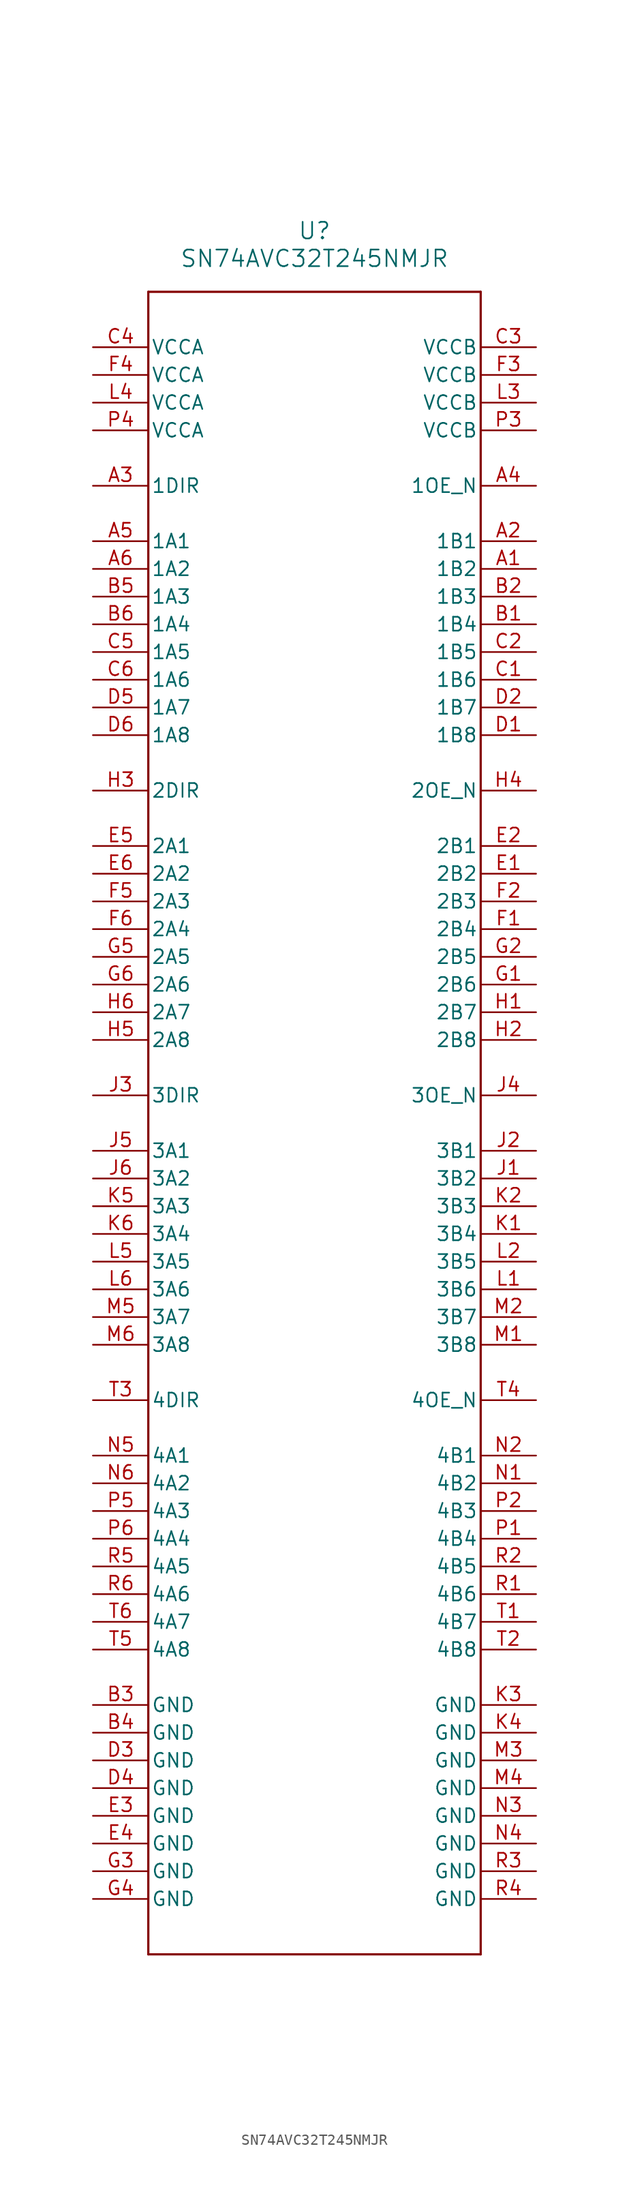
<source format=kicad_sym>
(kicad_symbol_lib
  (version 20241209)
  (generator "kicad_symbol_editor")
  (generator_version "9.0")
  (symbol "SN74AVC32T245NMJR"
    (pin_names
      (offset 0.254))
    (property "Reference" "U"
      (at 0 81.788 0)
      (effects (font (size 1.524 1.524))))
    (property "Value" "SN74AVC32T245NMJR"
      (at 0 79.248 0)
      (effects (font (size 1.524 1.524))))
    (property "ki_locked" ""
      (at 0 0 0)
      (effects (font (size 1.27 1.27))))
    (symbol "SN74AVC32T245NMJR_0_1"
      (polyline (pts (xy -15.24 76.2) (xy -15.24 -76.2)) (stroke (width 0.203) (type default)) (fill (type none)))
      (polyline (pts (xy -15.24 -76.2) (xy 15.24 -76.2)) (stroke (width 0.203) (type default)) (fill (type none)))
      (polyline (pts (xy 15.24 76.2) (xy -15.24 76.2)) (stroke (width 0.203) (type default)) (fill (type none)))
      (polyline (pts (xy 15.24 -76.2) (xy 15.24 76.2)) (stroke (width 0.203) (type default)) (fill (type none)))
      (pin power_in line (at -20.32 71.12 0) (length 5.08) (name "VCCA" (effects (font (size 1.27 1.27)))) (number "C4" (effects (font (size 1.27 1.27)))))
      (pin power_in line (at -20.32 68.58 0) (length 5.08) (name "VCCA" (effects (font (size 1.27 1.27)))) (number "F4" (effects (font (size 1.27 1.27)))))
      (pin power_in line (at -20.32 66.04 0) (length 5.08) (name "VCCA" (effects (font (size 1.27 1.27)))) (number "L4" (effects (font (size 1.27 1.27)))))
      (pin power_in line (at -20.32 63.5 0) (length 5.08) (name "VCCA" (effects (font (size 1.27 1.27)))) (number "P4" (effects (font (size 1.27 1.27)))))
      (pin input line (at -20.32 58.42 0) (length 5.08) (name "1DIR" (effects (font (size 1.27 1.27)))) (number "A3" (effects (font (size 1.27 1.27)))))
      (pin bidirectional line (at -20.32 53.34 0) (length 5.08) (name "1A1" (effects (font (size 1.27 1.27)))) (number "A5" (effects (font (size 1.27 1.27)))))
      (pin bidirectional line (at -20.32 50.8 0) (length 5.08) (name "1A2" (effects (font (size 1.27 1.27)))) (number "A6" (effects (font (size 1.27 1.27)))))
      (pin bidirectional line (at -20.32 48.26 0) (length 5.08) (name "1A3" (effects (font (size 1.27 1.27)))) (number "B5" (effects (font (size 1.27 1.27)))))
      (pin bidirectional line (at -20.32 45.72 0) (length 5.08) (name "1A4" (effects (font (size 1.27 1.27)))) (number "B6" (effects (font (size 1.27 1.27)))))
      (pin bidirectional line (at -20.32 43.18 0) (length 5.08) (name "1A5" (effects (font (size 1.27 1.27)))) (number "C5" (effects (font (size 1.27 1.27)))))
      (pin bidirectional line (at -20.32 40.64 0) (length 5.08) (name "1A6" (effects (font (size 1.27 1.27)))) (number "C6" (effects (font (size 1.27 1.27)))))
      (pin bidirectional line (at -20.32 38.1 0) (length 5.08) (name "1A7" (effects (font (size 1.27 1.27)))) (number "D5" (effects (font (size 1.27 1.27)))))
      (pin bidirectional line (at -20.32 35.56 0) (length 5.08) (name "1A8" (effects (font (size 1.27 1.27)))) (number "D6" (effects (font (size 1.27 1.27)))))
      (pin input line (at -20.32 30.48 0) (length 5.08) (name "2DIR" (effects (font (size 1.27 1.27)))) (number "H3" (effects (font (size 1.27 1.27)))))
      (pin bidirectional line (at -20.32 25.4 0) (length 5.08) (name "2A1" (effects (font (size 1.27 1.27)))) (number "E5" (effects (font (size 1.27 1.27)))))
      (pin bidirectional line (at -20.32 22.86 0) (length 5.08) (name "2A2" (effects (font (size 1.27 1.27)))) (number "E6" (effects (font (size 1.27 1.27)))))
      (pin bidirectional line (at -20.32 20.32 0) (length 5.08) (name "2A3" (effects (font (size 1.27 1.27)))) (number "F5" (effects (font (size 1.27 1.27)))))
      (pin bidirectional line (at -20.32 17.78 0) (length 5.08) (name "2A4" (effects (font (size 1.27 1.27)))) (number "F6" (effects (font (size 1.27 1.27)))))
      (pin bidirectional line (at -20.32 15.24 0) (length 5.08) (name "2A5" (effects (font (size 1.27 1.27)))) (number "G5" (effects (font (size 1.27 1.27)))))
      (pin bidirectional line (at -20.32 12.7 0) (length 5.08) (name "2A6" (effects (font (size 1.27 1.27)))) (number "G6" (effects (font (size 1.27 1.27)))))
      (pin bidirectional line (at -20.32 10.16 0) (length 5.08) (name "2A7" (effects (font (size 1.27 1.27)))) (number "H6" (effects (font (size 1.27 1.27)))))
      (pin bidirectional line (at -20.32 7.62 0) (length 5.08) (name "2A8" (effects (font (size 1.27 1.27)))) (number "H5" (effects (font (size 1.27 1.27)))))
      (pin input line (at -20.32 2.54 0) (length 5.08) (name "3DIR" (effects (font (size 1.27 1.27)))) (number "J3" (effects (font (size 1.27 1.27)))))
      (pin bidirectional line (at -20.32 -2.54 0) (length 5.08) (name "3A1" (effects (font (size 1.27 1.27)))) (number "J5" (effects (font (size 1.27 1.27)))))
      (pin bidirectional line (at -20.32 -5.08 0) (length 5.08) (name "3A2" (effects (font (size 1.27 1.27)))) (number "J6" (effects (font (size 1.27 1.27)))))
      (pin bidirectional line (at -20.32 -7.62 0) (length 5.08) (name "3A3" (effects (font (size 1.27 1.27)))) (number "K5" (effects (font (size 1.27 1.27)))))
      (pin bidirectional line (at -20.32 -10.16 0) (length 5.08) (name "3A4" (effects (font (size 1.27 1.27)))) (number "K6" (effects (font (size 1.27 1.27)))))
      (pin bidirectional line (at -20.32 -12.7 0) (length 5.08) (name "3A5" (effects (font (size 1.27 1.27)))) (number "L5" (effects (font (size 1.27 1.27)))))
      (pin bidirectional line (at -20.32 -15.24 0) (length 5.08) (name "3A6" (effects (font (size 1.27 1.27)))) (number "L6" (effects (font (size 1.27 1.27)))))
      (pin bidirectional line (at -20.32 -17.78 0) (length 5.08) (name "3A7" (effects (font (size 1.27 1.27)))) (number "M5" (effects (font (size 1.27 1.27)))))
      (pin bidirectional line (at -20.32 -20.32 0) (length 5.08) (name "3A8" (effects (font (size 1.27 1.27)))) (number "M6" (effects (font (size 1.27 1.27)))))
      (pin input line (at -20.32 -25.4 0) (length 5.08) (name "4DIR" (effects (font (size 1.27 1.27)))) (number "T3" (effects (font (size 1.27 1.27)))))
      (pin bidirectional line (at -20.32 -30.48 0) (length 5.08) (name "4A1" (effects (font (size 1.27 1.27)))) (number "N5" (effects (font (size 1.27 1.27)))))
      (pin bidirectional line (at -20.32 -33.02 0) (length 5.08) (name "4A2" (effects (font (size 1.27 1.27)))) (number "N6" (effects (font (size 1.27 1.27)))))
      (pin bidirectional line (at -20.32 -35.56 0) (length 5.08) (name "4A3" (effects (font (size 1.27 1.27)))) (number "P5" (effects (font (size 1.27 1.27)))))
      (pin bidirectional line (at -20.32 -38.1 0) (length 5.08) (name "4A4" (effects (font (size 1.27 1.27)))) (number "P6" (effects (font (size 1.27 1.27)))))
      (pin bidirectional line (at -20.32 -40.64 0) (length 5.08) (name "4A5" (effects (font (size 1.27 1.27)))) (number "R5" (effects (font (size 1.27 1.27)))))
      (pin bidirectional line (at -20.32 -43.18 0) (length 5.08) (name "4A6" (effects (font (size 1.27 1.27)))) (number "R6" (effects (font (size 1.27 1.27)))))
      (pin bidirectional line (at -20.32 -45.72 0) (length 5.08) (name "4A7" (effects (font (size 1.27 1.27)))) (number "T6" (effects (font (size 1.27 1.27)))))
      (pin bidirectional line (at -20.32 -48.26 0) (length 5.08) (name "4A8" (effects (font (size 1.27 1.27)))) (number "T5" (effects (font (size 1.27 1.27)))))
      (pin power_in line (at -20.32 -53.34 0) (length 5.08) (name "GND" (effects (font (size 1.27 1.27)))) (number "B3" (effects (font (size 1.27 1.27)))))
      (pin power_in line (at -20.32 -55.88 0) (length 5.08) (name "GND" (effects (font (size 1.27 1.27)))) (number "B4" (effects (font (size 1.27 1.27)))))
      (pin power_in line (at -20.32 -58.42 0) (length 5.08) (name "GND" (effects (font (size 1.27 1.27)))) (number "D3" (effects (font (size 1.27 1.27)))))
      (pin power_in line (at -20.32 -60.96 0) (length 5.08) (name "GND" (effects (font (size 1.27 1.27)))) (number "D4" (effects (font (size 1.27 1.27)))))
      (pin power_in line (at -20.32 -63.5 0) (length 5.08) (name "GND" (effects (font (size 1.27 1.27)))) (number "E3" (effects (font (size 1.27 1.27)))))
      (pin power_in line (at -20.32 -66.04 0) (length 5.08) (name "GND" (effects (font (size 1.27 1.27)))) (number "E4" (effects (font (size 1.27 1.27)))))
      (pin power_in line (at -20.32 -68.58 0) (length 5.08) (name "GND" (effects (font (size 1.27 1.27)))) (number "G3" (effects (font (size 1.27 1.27)))))
      (pin power_in line (at -20.32 -71.12 0) (length 5.08) (name "GND" (effects (font (size 1.27 1.27)))) (number "G4" (effects (font (size 1.27 1.27)))))
      (pin power_in line (at 20.32 71.12 180) (length 5.08) (name "VCCB" (effects (font (size 1.27 1.27)))) (number "C3" (effects (font (size 1.27 1.27)))))
      (pin power_in line (at 20.32 68.58 180) (length 5.08) (name "VCCB" (effects (font (size 1.27 1.27)))) (number "F3" (effects (font (size 1.27 1.27)))))
      (pin power_in line (at 20.32 66.04 180) (length 5.08) (name "VCCB" (effects (font (size 1.27 1.27)))) (number "L3" (effects (font (size 1.27 1.27)))))
      (pin power_in line (at 20.32 63.5 180) (length 5.08) (name "VCCB" (effects (font (size 1.27 1.27)))) (number "P3" (effects (font (size 1.27 1.27)))))
      (pin input line (at 20.32 58.42 180) (length 5.08) (name "1OE_N" (effects (font (size 1.27 1.27)))) (number "A4" (effects (font (size 1.27 1.27)))))
      (pin bidirectional line (at 20.32 53.34 180) (length 5.08) (name "1B1" (effects (font (size 1.27 1.27)))) (number "A2" (effects (font (size 1.27 1.27)))))
      (pin bidirectional line (at 20.32 50.8 180) (length 5.08) (name "1B2" (effects (font (size 1.27 1.27)))) (number "A1" (effects (font (size 1.27 1.27)))))
      (pin bidirectional line (at 20.32 48.26 180) (length 5.08) (name "1B3" (effects (font (size 1.27 1.27)))) (number "B2" (effects (font (size 1.27 1.27)))))
      (pin bidirectional line (at 20.32 45.72 180) (length 5.08) (name "1B4" (effects (font (size 1.27 1.27)))) (number "B1" (effects (font (size 1.27 1.27)))))
      (pin bidirectional line (at 20.32 43.18 180) (length 5.08) (name "1B5" (effects (font (size 1.27 1.27)))) (number "C2" (effects (font (size 1.27 1.27)))))
      (pin bidirectional line (at 20.32 40.64 180) (length 5.08) (name "1B6" (effects (font (size 1.27 1.27)))) (number "C1" (effects (font (size 1.27 1.27)))))
      (pin bidirectional line (at 20.32 38.1 180) (length 5.08) (name "1B7" (effects (font (size 1.27 1.27)))) (number "D2" (effects (font (size 1.27 1.27)))))
      (pin bidirectional line (at 20.32 35.56 180) (length 5.08) (name "1B8" (effects (font (size 1.27 1.27)))) (number "D1" (effects (font (size 1.27 1.27)))))
      (pin input line (at 20.32 30.48 180) (length 5.08) (name "2OE_N" (effects (font (size 1.27 1.27)))) (number "H4" (effects (font (size 1.27 1.27)))))
      (pin bidirectional line (at 20.32 25.4 180) (length 5.08) (name "2B1" (effects (font (size 1.27 1.27)))) (number "E2" (effects (font (size 1.27 1.27)))))
      (pin bidirectional line (at 20.32 22.86 180) (length 5.08) (name "2B2" (effects (font (size 1.27 1.27)))) (number "E1" (effects (font (size 1.27 1.27)))))
      (pin bidirectional line (at 20.32 20.32 180) (length 5.08) (name "2B3" (effects (font (size 1.27 1.27)))) (number "F2" (effects (font (size 1.27 1.27)))))
      (pin bidirectional line (at 20.32 17.78 180) (length 5.08) (name "2B4" (effects (font (size 1.27 1.27)))) (number "F1" (effects (font (size 1.27 1.27)))))
      (pin bidirectional line (at 20.32 15.24 180) (length 5.08) (name "2B5" (effects (font (size 1.27 1.27)))) (number "G2" (effects (font (size 1.27 1.27)))))
      (pin bidirectional line (at 20.32 12.7 180) (length 5.08) (name "2B6" (effects (font (size 1.27 1.27)))) (number "G1" (effects (font (size 1.27 1.27)))))
      (pin bidirectional line (at 20.32 10.16 180) (length 5.08) (name "2B7" (effects (font (size 1.27 1.27)))) (number "H1" (effects (font (size 1.27 1.27)))))
      (pin bidirectional line (at 20.32 7.62 180) (length 5.08) (name "2B8" (effects (font (size 1.27 1.27)))) (number "H2" (effects (font (size 1.27 1.27)))))
      (pin input line (at 20.32 2.54 180) (length 5.08) (name "3OE_N" (effects (font (size 1.27 1.27)))) (number "J4" (effects (font (size 1.27 1.27)))))
      (pin bidirectional line (at 20.32 -2.54 180) (length 5.08) (name "3B1" (effects (font (size 1.27 1.27)))) (number "J2" (effects (font (size 1.27 1.27)))))
      (pin bidirectional line (at 20.32 -5.08 180) (length 5.08) (name "3B2" (effects (font (size 1.27 1.27)))) (number "J1" (effects (font (size 1.27 1.27)))))
      (pin bidirectional line (at 20.32 -7.62 180) (length 5.08) (name "3B3" (effects (font (size 1.27 1.27)))) (number "K2" (effects (font (size 1.27 1.27)))))
      (pin bidirectional line (at 20.32 -10.16 180) (length 5.08) (name "3B4" (effects (font (size 1.27 1.27)))) (number "K1" (effects (font (size 1.27 1.27)))))
      (pin bidirectional line (at 20.32 -12.7 180) (length 5.08) (name "3B5" (effects (font (size 1.27 1.27)))) (number "L2" (effects (font (size 1.27 1.27)))))
      (pin bidirectional line (at 20.32 -15.24 180) (length 5.08) (name "3B6" (effects (font (size 1.27 1.27)))) (number "L1" (effects (font (size 1.27 1.27)))))
      (pin bidirectional line (at 20.32 -17.78 180) (length 5.08) (name "3B7" (effects (font (size 1.27 1.27)))) (number "M2" (effects (font (size 1.27 1.27)))))
      (pin bidirectional line (at 20.32 -20.32 180) (length 5.08) (name "3B8" (effects (font (size 1.27 1.27)))) (number "M1" (effects (font (size 1.27 1.27)))))
      (pin input line (at 20.32 -25.4 180) (length 5.08) (name "4OE_N" (effects (font (size 1.27 1.27)))) (number "T4" (effects (font (size 1.27 1.27)))))
      (pin bidirectional line (at 20.32 -30.48 180) (length 5.08) (name "4B1" (effects (font (size 1.27 1.27)))) (number "N2" (effects (font (size 1.27 1.27)))))
      (pin bidirectional line (at 20.32 -33.02 180) (length 5.08) (name "4B2" (effects (font (size 1.27 1.27)))) (number "N1" (effects (font (size 1.27 1.27)))))
      (pin bidirectional line (at 20.32 -35.56 180) (length 5.08) (name "4B3" (effects (font (size 1.27 1.27)))) (number "P2" (effects (font (size 1.27 1.27)))))
      (pin bidirectional line (at 20.32 -38.1 180) (length 5.08) (name "4B4" (effects (font (size 1.27 1.27)))) (number "P1" (effects (font (size 1.27 1.27)))))
      (pin bidirectional line (at 20.32 -40.64 180) (length 5.08) (name "4B5" (effects (font (size 1.27 1.27)))) (number "R2" (effects (font (size 1.27 1.27)))))
      (pin bidirectional line (at 20.32 -43.18 180) (length 5.08) (name "4B6" (effects (font (size 1.27 1.27)))) (number "R1" (effects (font (size 1.27 1.27)))))
      (pin bidirectional line (at 20.32 -45.72 180) (length 5.08) (name "4B7" (effects (font (size 1.27 1.27)))) (number "T1" (effects (font (size 1.27 1.27)))))
      (pin bidirectional line (at 20.32 -48.26 180) (length 5.08) (name "4B8" (effects (font (size 1.27 1.27)))) (number "T2" (effects (font (size 1.27 1.27)))))
      (pin power_in line (at 20.32 -53.34 180) (length 5.08) (name "GND" (effects (font (size 1.27 1.27)))) (number "K3" (effects (font (size 1.27 1.27)))))
      (pin power_in line (at 20.32 -55.88 180) (length 5.08) (name "GND" (effects (font (size 1.27 1.27)))) (number "K4" (effects (font (size 1.27 1.27)))))
      (pin power_in line (at 20.32 -58.42 180) (length 5.08) (name "GND" (effects (font (size 1.27 1.27)))) (number "M3" (effects (font (size 1.27 1.27)))))
      (pin power_in line (at 20.32 -60.96 180) (length 5.08) (name "GND" (effects (font (size 1.27 1.27)))) (number "M4" (effects (font (size 1.27 1.27)))))
      (pin power_in line (at 20.32 -63.5 180) (length 5.08) (name "GND" (effects (font (size 1.27 1.27)))) (number "N3" (effects (font (size 1.27 1.27)))))
      (pin power_in line (at 20.32 -66.04 180) (length 5.08) (name "GND" (effects (font (size 1.27 1.27)))) (number "N4" (effects (font (size 1.27 1.27)))))
      (pin power_in line (at 20.32 -68.58 180) (length 5.08) (name "GND" (effects (font (size 1.27 1.27)))) (number "R3" (effects (font (size 1.27 1.27)))))
      (pin power_in line (at 20.32 -71.12 180) (length 5.08) (name "GND" (effects (font (size 1.27 1.27)))) (number "R4" (effects (font (size 1.27 1.27))))))))
</source>
